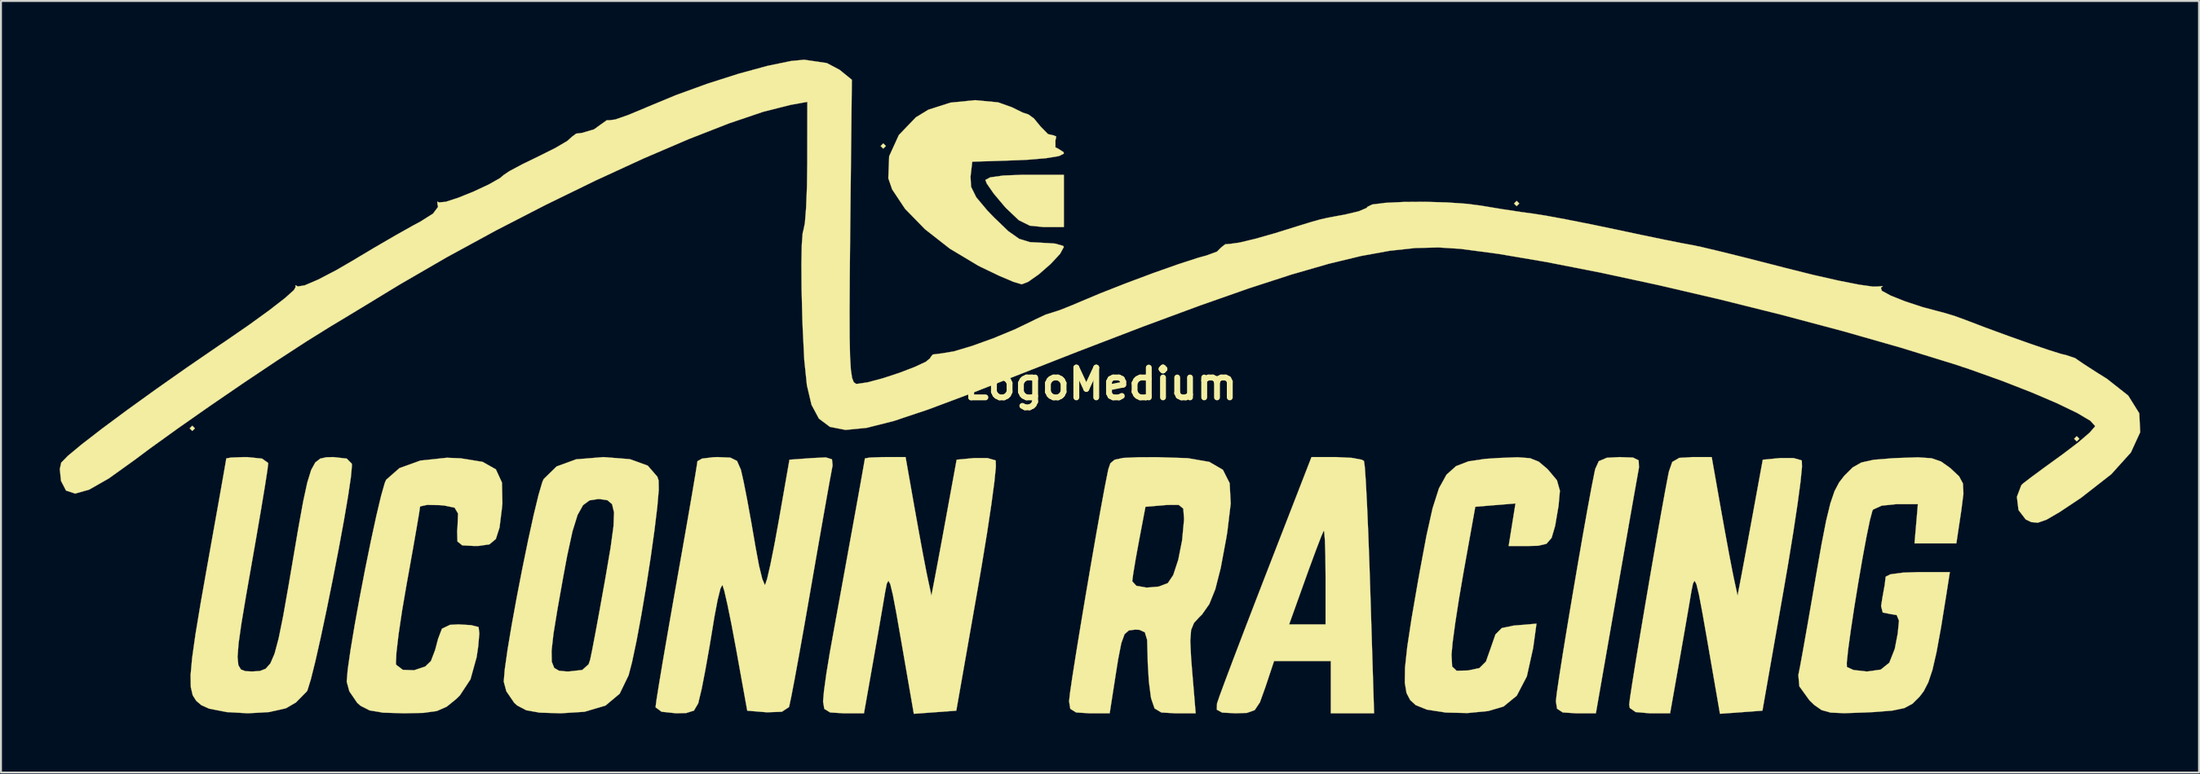
<source format=kicad_pcb>
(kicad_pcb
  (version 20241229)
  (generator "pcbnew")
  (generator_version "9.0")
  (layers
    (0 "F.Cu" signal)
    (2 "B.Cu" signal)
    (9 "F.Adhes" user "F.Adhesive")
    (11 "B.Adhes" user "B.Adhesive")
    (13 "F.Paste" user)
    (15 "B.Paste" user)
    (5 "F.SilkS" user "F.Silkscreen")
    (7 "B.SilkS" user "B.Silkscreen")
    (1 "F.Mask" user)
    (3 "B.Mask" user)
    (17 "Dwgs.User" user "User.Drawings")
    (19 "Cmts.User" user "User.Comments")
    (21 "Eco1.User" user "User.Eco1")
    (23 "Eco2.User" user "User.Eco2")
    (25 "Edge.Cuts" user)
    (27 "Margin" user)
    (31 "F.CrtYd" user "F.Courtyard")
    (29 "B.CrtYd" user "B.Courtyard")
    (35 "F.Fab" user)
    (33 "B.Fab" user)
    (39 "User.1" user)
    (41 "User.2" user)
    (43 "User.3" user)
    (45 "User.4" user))
  (footprint "LogoMedium"
    (layer "F.Cu")
    (at 53.16 16.582)
    (property "Reference" "LogoMedium" (at 0 0 0) (layer "F.SilkS") (effects (font (size 1.524 1.524) (thickness 0.3))))
    (attr through_hole)
    (fp_poly (pts (xy -46.255 2.273) (xy -46.388 2.406) (xy -46.522 2.273) (xy -46.388 2.139) (xy -46.255 2.273)) (stroke (width 0.01) (type solid)) (fill yes) (layer "F.SilkS"))
    (fp_poly (pts (xy -10.962 -12.165) (xy -11.096 -12.032) (xy -11.229 -12.165) (xy -11.096 -12.299) (xy -10.962 -12.165)) (stroke (width 0.01) (type solid)) (fill yes) (layer "F.SilkS"))
    (fp_poly (pts (xy 21.389 -9.224) (xy 21.256 -9.091) (xy 21.122 -9.224) (xy 21.256 -9.358) (xy 21.389 -9.224)) (stroke (width 0.01) (type solid)) (fill yes) (layer "F.SilkS"))
    (fp_poly (pts (xy 49.998 2.807) (xy 49.864 2.941) (xy 49.731 2.807) (xy 49.864 2.674) (xy 49.998 2.807)) (stroke (width 0.01) (type solid)) (fill yes) (layer "F.SilkS"))
    (fp_poly (pts (xy -1.872 -8.021) (xy -2.91 -8.021) (xy -3.609 -8.091) (xy -4.175 -8.373) (xy -4.81 -8.976) (xy -4.915 -9.091) (xy -5.456 -9.736) (xy -5.807 -10.243) (xy -5.882 -10.428) (xy -5.634 -10.562) (xy -4.962 -10.656) (xy -3.978 -10.694) (xy -3.877 -10.695) (xy -1.872 -10.695) (xy -1.872 -8.021)) (stroke (width 0.01) (type solid)) (fill yes) (layer "F.SilkS"))
    (fp_poly (pts (xy 27.199 3.768) (xy 27.487 3.909) (xy 27.504 4.269) (xy 27.468 4.478) (xy 27.383 4.953) (xy 27.221 5.865) (xy 26.999 7.128) (xy 26.732 8.653) (xy 26.435 10.352) (xy 26.317 11.029) (xy 25.303 16.844) (xy 24.282 16.844) (xy 23.61 16.801) (xy 23.32 16.61) (xy 23.261 16.231) (xy 23.305 15.825) (xy 23.428 14.989) (xy 23.611 13.821) (xy 23.84 12.418) (xy 24.098 10.876) (xy 24.367 9.293) (xy 24.632 7.766) (xy 24.877 6.392) (xy 25.085 5.268) (xy 25.239 4.491) (xy 25.272 4.345) (xy 25.452 3.951) (xy 25.86 3.778) (xy 26.508 3.743) (xy 27.199 3.768)) (stroke (width 0.01) (type solid)) (fill yes) (layer "F.SilkS"))
    (fp_poly (pts (xy 12.831 3.782) (xy 13.351 3.879) (xy 13.459 3.944) (xy 13.501 4.257) (xy 13.554 5.028) (xy 13.614 6.181) (xy 13.677 7.638) (xy 13.739 9.324) (xy 13.777 10.494) (xy 13.974 16.844) (xy 11.764 16.844) (xy 11.764 14.171) (xy 8.866 14.171) (xy 8.422 15.507) (xy 8.142 16.285) (xy 7.877 16.682) (xy 7.479 16.825) (xy 6.899 16.844) (xy 6.214 16.809) (xy 5.94 16.66) (xy 5.951 16.344) (xy 6.081 15.962) (xy 6.378 15.157) (xy 6.812 14.005) (xy 7.355 12.58) (xy 7.463 12.299) (xy 9.635 12.299) (xy 11.497 12.299) (xy 11.497 9.848) (xy 11.487 8.794) (xy 11.462 7.992) (xy 11.426 7.555) (xy 11.403 7.509) (xy 11.277 7.793) (xy 11.019 8.464) (xy 10.672 9.404) (xy 10.472 9.959) (xy 9.635 12.299) (xy 7.463 12.299) (xy 7.978 10.959) (xy 8.429 9.793) (xy 10.777 3.743) (xy 12.057 3.743) (xy 12.831 3.782)) (stroke (width 0.01) (type solid)) (fill yes) (layer "F.SilkS"))
    (fp_poly (pts (xy -5.227 -14.397) (xy -4.52 -14.145) (xy -3.978 -13.877) (xy -3.681 -13.779) (xy -3.401 -13.576) (xy -3.062 -13.163) (xy -2.677 -12.772) (xy -2.391 -12.709) (xy -2.258 -12.65) (xy -2.304 -12.447) (xy -2.3 -12.095) (xy -2.168 -12.032) (xy -1.885 -11.852) (xy -1.872 -11.775) (xy -2.119 -11.652) (xy -2.78 -11.542) (xy -3.733 -11.462) (xy -4.211 -11.44) (xy -6.551 -11.363) (xy -6.639 -10.592) (xy -6.61 -10.078) (xy -6.347 -9.545) (xy -5.775 -8.861) (xy -5.446 -8.52) (xy -4.708 -7.81) (xy -4.15 -7.417) (xy -3.605 -7.25) (xy -3.018 -7.219) (xy -2.32 -7.174) (xy -1.914 -7.062) (xy -1.872 -7.004) (xy -2.066 -6.648) (xy -2.543 -6.136) (xy -3.141 -5.611) (xy -3.699 -5.218) (xy -4.023 -5.093) (xy -4.437 -5.216) (xy -5.174 -5.528) (xy -6.089 -5.968) (xy -6.249 -6.049) (xy -7.692 -6.913) (xy -8.965 -7.91) (xy -9.979 -8.95) (xy -10.641 -9.946) (xy -10.837 -10.514) (xy -10.794 -11.642) (xy -10.3 -12.726) (xy -9.431 -13.632) (xy -8.794 -14.021) (xy -7.668 -14.382) (xy -6.406 -14.509) (xy -5.227 -14.397)) (stroke (width 0.01) (type solid)) (fill yes) (layer "F.SilkS"))
    (fp_poly (pts (xy 31.679 6.35) (xy 31.901 7.587) (xy 32.112 8.73) (xy 32.281 9.606) (xy 32.339 9.893) (xy 32.54 10.828) (xy 32.744 9.759) (xy 32.886 9) (xy 33.088 7.911) (xy 33.313 6.689) (xy 33.387 6.283) (xy 33.827 3.877) (xy 34.727 3.791) (xy 35.393 3.791) (xy 35.805 3.908) (xy 35.821 3.924) (xy 35.831 4.239) (xy 35.755 5.004) (xy 35.603 6.144) (xy 35.386 7.584) (xy 35.115 9.248) (xy 34.912 10.427) (xy 33.81 16.711) (xy 31.641 16.87) (xy 31.003 13.181) (xy 30.751 11.743) (xy 30.569 10.779) (xy 30.438 10.238) (xy 30.341 10.066) (xy 30.261 10.212) (xy 30.179 10.621) (xy 30.167 10.695) (xy 30.028 11.514) (xy 29.83 12.658) (xy 29.61 13.921) (xy 29.531 14.371) (xy 29.094 16.844) (xy 28.049 16.844) (xy 27.336 16.784) (xy 27.035 16.573) (xy 27.004 16.404) (xy 27.048 16.042) (xy 27.17 15.248) (xy 27.352 14.116) (xy 27.58 12.74) (xy 27.837 11.215) (xy 28.107 9.636) (xy 28.374 8.096) (xy 28.622 6.69) (xy 28.835 5.513) (xy 28.997 4.658) (xy 29.034 4.478) (xy 29.204 3.991) (xy 29.559 3.784) (xy 30.202 3.743) (xy 31.219 3.743) (xy 31.679 6.35)) (stroke (width 0.01) (type solid)) (fill yes) (layer "F.SilkS"))
    (fp_poly (pts (xy 21.943 3.8) (xy 22.383 3.977) (xy 22.793 4.321) (xy 22.865 4.392) (xy 23.314 4.928) (xy 23.465 5.46) (xy 23.397 6.226) (xy 23.222 7.26) (xy 23.042 7.873) (xy 22.779 8.177) (xy 22.352 8.278) (xy 21.903 8.288) (xy 20.848 8.288) (xy 21.196 6.113) (xy 20.17 6.198) (xy 19.144 6.283) (xy 18.544 9.625) (xy 18.311 10.986) (xy 18.118 12.234) (xy 17.984 13.233) (xy 17.929 13.846) (xy 17.929 13.853) (xy 17.961 14.453) (xy 18.191 14.669) (xy 18.776 14.655) (xy 19.354 14.531) (xy 19.688 14.197) (xy 19.934 13.502) (xy 20.173 12.813) (xy 20.497 12.486) (xy 21.093 12.362) (xy 21.25 12.347) (xy 22.269 12.262) (xy 22.098 13.511) (xy 21.777 14.957) (xy 21.262 15.945) (xy 20.587 16.498) (xy 19.799 16.73) (xy 18.75 16.832) (xy 17.64 16.807) (xy 16.673 16.658) (xy 16.102 16.428) (xy 15.818 16.168) (xy 15.631 15.808) (xy 15.543 15.28) (xy 15.554 14.514) (xy 15.669 13.444) (xy 15.888 12.002) (xy 16.213 10.118) (xy 16.298 9.643) (xy 16.648 7.769) (xy 16.963 6.356) (xy 17.289 5.336) (xy 17.673 4.642) (xy 18.16 4.205) (xy 18.798 3.959) (xy 19.632 3.836) (xy 20.3 3.79) (xy 21.304 3.751) (xy 21.943 3.8)) (stroke (width 0.01) (type solid)) (fill yes) (layer "F.SilkS"))
    (fp_poly (pts (xy -9.496 6.35) (xy -9.274 7.587) (xy -9.063 8.73) (xy -8.894 9.606) (xy -8.835 9.893) (xy -8.635 10.828) (xy -8.431 9.759) (xy -8.288 9) (xy -8.086 7.911) (xy -7.862 6.689) (xy -7.788 6.283) (xy -7.348 3.877) (xy -6.447 3.791) (xy -5.781 3.791) (xy -5.37 3.908) (xy -5.353 3.924) (xy -5.344 4.239) (xy -5.42 5.004) (xy -5.572 6.144) (xy -5.788 7.584) (xy -6.06 9.248) (xy -6.262 10.427) (xy -7.365 16.711) (xy -8.449 16.791) (xy -9.534 16.87) (xy -10.172 13.181) (xy -10.423 11.743) (xy -10.606 10.779) (xy -10.737 10.238) (xy -10.833 10.066) (xy -10.914 10.212) (xy -10.996 10.621) (xy -11.008 10.695) (xy -11.147 11.514) (xy -11.344 12.658) (xy -11.565 13.921) (xy -11.644 14.371) (xy -12.081 16.844) (xy -13.126 16.844) (xy -13.808 16.802) (xy -14.107 16.619) (xy -14.17 16.243) (xy -14.123 15.7) (xy -14 14.806) (xy -13.824 13.735) (xy -13.782 13.502) (xy -13.584 12.407) (xy -13.322 10.966) (xy -13.03 9.359) (xy -12.741 7.765) (xy -12.714 7.62) (xy -12.471 6.278) (xy -12.266 5.14) (xy -12.117 4.3) (xy -12.039 3.855) (xy -12.033 3.81) (xy -11.795 3.768) (xy -11.204 3.745) (xy -10.994 3.743) (xy -9.956 3.743) (xy -9.496 6.35)) (stroke (width 0.01) (type solid)) (fill yes) (layer "F.SilkS"))
    (fp_poly (pts (xy -24.034 3.85) (xy -23.124 4.18) (xy -22.634 4.748) (xy -22.57 4.941) (xy -22.562 5.409) (xy -22.638 6.293) (xy -22.782 7.484) (xy -22.976 8.873) (xy -23.205 10.351) (xy -23.451 11.809) (xy -23.697 13.137) (xy -23.927 14.227) (xy -24.103 14.902) (xy -24.558 15.842) (xy -25.283 16.449) (xy -26.358 16.768) (xy -27.575 16.844) (xy -28.643 16.811) (xy -29.332 16.69) (xy -29.794 16.445) (xy -29.945 16.309) (xy -30.346 15.721) (xy -30.48 15.225) (xy -30.428 14.598) (xy -30.293 13.65) (xy -28.038 13.65) (xy -28.027 14.211) (xy -27.901 14.527) (xy -27.658 14.668) (xy -27.292 14.704) (xy -27.143 14.705) (xy -26.469 14.629) (xy -26.145 14.338) (xy -26.066 14.104) (xy -25.967 13.625) (xy -25.797 12.736) (xy -25.58 11.557) (xy -25.337 10.203) (xy -25.282 9.894) (xy -25.021 8.363) (xy -24.874 7.279) (xy -24.847 6.567) (xy -24.948 6.149) (xy -25.184 5.95) (xy -25.563 5.892) (xy -25.667 5.89) (xy -26.094 5.955) (xy -26.43 6.201) (xy -26.71 6.704) (xy -26.969 7.538) (xy -27.239 8.78) (xy -27.429 9.797) (xy -27.735 11.513) (xy -27.94 12.775) (xy -28.038 13.65) (xy -30.293 13.65) (xy -30.286 13.597) (xy -30.074 12.329) (xy -29.813 10.898) (xy -29.525 9.412) (xy -29.23 7.975) (xy -28.949 6.694) (xy -28.702 5.675) (xy -28.511 5.024) (xy -28.442 4.868) (xy -27.784 4.223) (xy -26.786 3.857) (xy -25.4 3.743) (xy -24.034 3.85)) (stroke (width 0.01) (type solid)) (fill yes) (layer "F.SilkS"))
    (fp_poly (pts (xy -38.499 3.82) (xy -38.243 4.078) (xy -38.234 4.173) (xy -38.286 4.753) (xy -38.429 5.723) (xy -38.644 6.983) (xy -38.911 8.436) (xy -39.211 9.982) (xy -39.522 11.522) (xy -39.827 12.959) (xy -40.105 14.192) (xy -40.337 15.124) (xy -40.502 15.656) (xy -40.534 15.72) (xy -41.097 16.292) (xy -41.607 16.589) (xy -42.468 16.782) (xy -43.543 16.844) (xy -44.631 16.784) (xy -45.531 16.607) (xy -45.928 16.428) (xy -46.187 16.208) (xy -46.367 15.923) (xy -46.464 15.507) (xy -46.475 14.894) (xy -46.397 14.021) (xy -46.228 12.82) (xy -45.964 11.227) (xy -45.602 9.177) (xy -45.586 9.091) (xy -45.301 7.493) (xy -45.05 6.087) (xy -44.849 4.953) (xy -44.712 4.17) (xy -44.653 3.821) (xy -44.651 3.81) (xy -44.413 3.768) (xy -43.82 3.745) (xy -43.581 3.743) (xy -42.825 3.821) (xy -42.516 4.041) (xy -42.512 4.077) (xy -42.556 4.44) (xy -42.68 5.236) (xy -42.868 6.372) (xy -43.104 7.754) (xy -43.314 8.957) (xy -43.643 10.835) (xy -43.88 12.252) (xy -44.025 13.273) (xy -44.077 13.962) (xy -44.036 14.385) (xy -43.903 14.606) (xy -43.676 14.691) (xy -43.357 14.705) (xy -43.308 14.705) (xy -42.937 14.682) (xy -42.642 14.568) (xy -42.401 14.296) (xy -42.187 13.799) (xy -41.977 13.012) (xy -41.745 11.866) (xy -41.468 10.296) (xy -41.286 9.224) (xy -40.975 7.395) (xy -40.727 6.025) (xy -40.516 5.05) (xy -40.317 4.402) (xy -40.104 4.014) (xy -39.85 3.819) (xy -39.531 3.751) (xy -39.176 3.743) (xy -38.499 3.82)) (stroke (width 0.01) (type solid)) (fill yes) (layer "F.SilkS"))
    (fp_poly (pts (xy -18.907 3.77) (xy -18.564 3.94) (xy -18.366 4.393) (xy -18.226 5.013) (xy -18.046 5.929) (xy -17.83 7.118) (xy -17.622 8.327) (xy -17.618 8.349) (xy -17.442 9.295) (xy -17.276 9.973) (xy -17.151 10.269) (xy -17.127 10.268) (xy -17.025 9.961) (xy -16.859 9.236) (xy -16.652 8.202) (xy -16.433 6.999) (xy -15.887 3.877) (xy -14.737 3.793) (xy -14.024 3.76) (xy -13.715 3.857) (xy -13.684 4.169) (xy -13.738 4.462) (xy -13.829 4.948) (xy -13.994 5.869) (xy -14.217 7.132) (xy -14.482 8.646) (xy -14.773 10.319) (xy -14.838 10.695) (xy -15.128 12.358) (xy -15.395 13.852) (xy -15.622 15.093) (xy -15.795 15.997) (xy -15.898 16.48) (xy -15.911 16.526) (xy -16.274 16.767) (xy -17.041 16.794) (xy -18.043 16.711) (xy -18.611 13.56) (xy -18.842 12.326) (xy -19.051 11.296) (xy -19.215 10.578) (xy -19.311 10.278) (xy -19.41 10.457) (xy -19.557 11.05) (xy -19.725 11.94) (xy -19.771 12.225) (xy -19.971 13.435) (xy -20.183 14.629) (xy -20.362 15.554) (xy -20.366 15.574) (xy -20.547 16.335) (xy -20.766 16.708) (xy -21.165 16.832) (xy -21.679 16.844) (xy -22.421 16.765) (xy -22.721 16.542) (xy -22.724 16.51) (xy -22.678 16.16) (xy -22.551 15.363) (xy -22.357 14.199) (xy -22.107 12.746) (xy -21.817 11.084) (xy -21.655 10.169) (xy -21.349 8.439) (xy -21.077 6.886) (xy -20.853 5.586) (xy -20.69 4.618) (xy -20.6 4.057) (xy -20.587 3.953) (xy -20.35 3.82) (xy -19.76 3.748) (xy -19.54 3.743) (xy -18.907 3.77)) (stroke (width 0.01) (type solid)) (fill yes) (layer "F.SilkS"))
    (fp_poly (pts (xy -32.683 3.805) (xy -31.56 3.987) (xy -30.882 4.37) (xy -30.571 5.047) (xy -30.55 6.11) (xy -30.571 6.343) (xy -30.696 7.348) (xy -30.883 7.931) (xy -31.212 8.206) (xy -31.767 8.286) (xy -31.987 8.288) (xy -32.598 8.257) (xy -32.845 8.058) (xy -32.86 7.534) (xy -32.84 7.286) (xy -32.815 6.628) (xy -32.991 6.33) (xy -33.513 6.221) (xy -33.755 6.2) (xy -34.398 6.188) (xy -34.741 6.263) (xy -34.758 6.294) (xy -34.803 6.607) (xy -34.928 7.347) (xy -35.114 8.415) (xy -35.345 9.712) (xy -35.439 10.229) (xy -35.674 11.605) (xy -35.853 12.81) (xy -35.962 13.738) (xy -35.988 14.284) (xy -35.975 14.364) (xy -35.634 14.622) (xy -35.061 14.643) (xy -34.492 14.454) (xy -34.199 14.171) (xy -33.985 13.609) (xy -33.833 13.034) (xy -33.637 12.519) (xy -33.225 12.322) (xy -32.792 12.299) (xy -32.146 12.337) (xy -31.776 12.431) (xy -31.765 12.439) (xy -31.728 12.76) (xy -31.785 13.432) (xy -31.866 13.977) (xy -32.18 15.109) (xy -32.721 15.93) (xy -32.902 16.109) (xy -33.39 16.505) (xy -33.892 16.727) (xy -34.584 16.824) (xy -35.564 16.844) (xy -36.639 16.813) (xy -37.333 16.696) (xy -37.795 16.461) (xy -37.966 16.309) (xy -38.367 15.721) (xy -38.501 15.225) (xy -38.45 14.613) (xy -38.309 13.626) (xy -38.1 12.368) (xy -37.842 10.946) (xy -37.558 9.466) (xy -37.266 8.032) (xy -36.989 6.752) (xy -36.746 5.729) (xy -36.559 5.071) (xy -36.487 4.903) (xy -35.807 4.306) (xy -34.736 3.92) (xy -33.387 3.777) (xy -32.683 3.805)) (stroke (width 0.01) (type solid)) (fill yes) (layer "F.SilkS"))
    (fp_poly (pts (xy 4.453 3.797) (xy 5.558 3.989) (xy 6.252 4.392) (xy 6.597 5.077) (xy 6.651 6.114) (xy 6.477 7.572) (xy 6.425 7.887) (xy 6.141 9.412) (xy 5.863 10.504) (xy 5.557 11.263) (xy 5.188 11.789) (xy 5.044 11.931) (xy 4.775 12.224) (xy 4.628 12.584) (xy 4.585 13.143) (xy 4.629 14.035) (xy 4.677 14.637) (xy 4.861 16.844) (xy 3.801 16.844) (xy 3.105 16.803) (xy 2.763 16.597) (xy 2.593 16.104) (xy 2.573 16.009) (xy 2.471 15.217) (xy 2.412 14.226) (xy 2.406 13.87) (xy 2.382 13.088) (xy 2.264 12.702) (xy 1.986 12.576) (xy 1.771 12.566) (xy 1.449 12.607) (xy 1.229 12.801) (xy 1.064 13.253) (xy 0.903 14.072) (xy 0.802 14.705) (xy 0.469 16.844) (xy -0.567 16.844) (xy -1.246 16.802) (xy -1.542 16.617) (xy -1.604 16.231) (xy -1.56 15.825) (xy -1.438 14.989) (xy -1.254 13.821) (xy -1.025 12.418) (xy -0.768 10.876) (xy -0.634 10.093) (xy 1.621 10.093) (xy 1.831 10.324) (xy 2.352 10.418) (xy 2.976 10.364) (xy 3.439 10.188) (xy 3.715 9.776) (xy 3.972 8.994) (xy 4.168 8.006) (xy 4.264 6.977) (xy 4.266 6.869) (xy 4.229 6.379) (xy 3.994 6.188) (xy 3.404 6.191) (xy 3.287 6.2) (xy 2.297 6.283) (xy 1.967 8.021) (xy 1.795 8.964) (xy 1.67 9.717) (xy 1.621 10.093) (xy -0.634 10.093) (xy -0.498 9.293) (xy -0.233 7.766) (xy 0.012 6.392) (xy 0.22 5.268) (xy 0.374 4.491) (xy 0.406 4.345) (xy 0.507 4.056) (xy 0.721 3.878) (xy 1.159 3.785) (xy 1.93 3.751) (xy 2.879 3.747) (xy 4.453 3.797)) (stroke (width 0.01) (type solid)) (fill yes) (layer "F.SilkS"))
    (fp_poly (pts (xy 42.446 3.802) (xy 42.928 3.965) (xy 43.366 4.275) (xy 43.439 4.336) (xy 43.853 4.726) (xy 44.051 5.092) (xy 44.076 5.614) (xy 43.968 6.47) (xy 43.953 6.569) (xy 43.715 8.155) (xy 41.578 8.155) (xy 41.664 7.152) (xy 41.75 6.149) (xy 40.652 6.149) (xy 39.903 6.226) (xy 39.467 6.423) (xy 39.428 6.484) (xy 39.299 6.969) (xy 39.123 7.823) (xy 38.918 8.929) (xy 38.704 10.174) (xy 38.497 11.444) (xy 38.319 12.624) (xy 38.186 13.599) (xy 38.118 14.256) (xy 38.123 14.476) (xy 38.462 14.631) (xy 39.099 14.704) (xy 39.176 14.705) (xy 39.852 14.611) (xy 40.29 14.259) (xy 40.57 13.548) (xy 40.72 12.767) (xy 40.785 12.11) (xy 40.668 11.825) (xy 40.322 11.764) (xy 39.954 11.69) (xy 39.871 11.364) (xy 39.938 10.929) (xy 40.056 10.273) (xy 40.105 9.861) (xy 40.105 9.859) (xy 40.348 9.737) (xy 40.982 9.652) (xy 41.744 9.625) (xy 43.382 9.625) (xy 43.205 10.762) (xy 42.931 12.464) (xy 42.701 13.724) (xy 42.493 14.627) (xy 42.282 15.262) (xy 42.048 15.715) (xy 41.838 15.993) (xy 41.475 16.355) (xy 41.057 16.579) (xy 40.438 16.708) (xy 39.473 16.783) (xy 39.077 16.802) (xy 37.992 16.839) (xy 37.292 16.809) (xy 36.83 16.679) (xy 36.457 16.419) (xy 36.218 16.19) (xy 35.696 15.467) (xy 35.644 14.892) (xy 35.734 14.438) (xy 35.894 13.559) (xy 36.106 12.358) (xy 36.353 10.937) (xy 36.531 9.898) (xy 36.825 8.223) (xy 37.066 6.988) (xy 37.281 6.105) (xy 37.493 5.484) (xy 37.728 5.037) (xy 37.998 4.69) (xy 38.42 4.271) (xy 38.864 4.019) (xy 39.491 3.88) (xy 40.459 3.802) (xy 40.7 3.79) (xy 41.758 3.755) (xy 42.446 3.802)) (stroke (width 0.01) (type solid)) (fill yes) (layer "F.SilkS"))
    (fp_poly (pts (xy -13.979 -16.407) (xy -13.331 -16.065) (xy -12.7 -15.553) (xy -12.785 -7.777) (xy -12.807 -5.522) (xy -12.817 -3.746) (xy -12.813 -2.392) (xy -12.792 -1.405) (xy -12.751 -0.729) (xy -12.689 -0.308) (xy -12.602 -0.085) (xy -12.488 -0.005) (xy -12.44 0) (xy -11.896 -0.08) (xy -11.128 -0.285) (xy -10.28 -0.563) (xy -9.494 -0.864) (xy -8.916 -1.135) (xy -8.688 -1.325) (xy -8.693 -1.343) (xy -8.57 -1.502) (xy -8.093 -1.562) (xy -7.483 -1.665) (xy -6.55 -1.944) (xy -5.453 -2.341) (xy -4.35 -2.799) (xy -3.399 -3.259) (xy -3.342 -3.29) (xy -2.786 -3.549) (xy -2.507 -3.635) (xy -2.088 -3.769) (xy -1.408 -4.04) (xy -1.17 -4.143) (xy -0.02 -4.627) (xy 1.319 -5.153) (xy 2.697 -5.669) (xy 3.967 -6.118) (xy 4.982 -6.448) (xy 5.414 -6.567) (xy 5.946 -6.762) (xy 6.149 -6.964) (xy 6.369 -7.14) (xy 6.617 -7.16) (xy 7.087 -7.225) (xy 7.902 -7.419) (xy 8.903 -7.704) (xy 9.091 -7.762) (xy 10.113 -8.081) (xy 10.774 -8.284) (xy 11.222 -8.41) (xy 11.606 -8.497) (xy 12.078 -8.585) (xy 12.499 -8.662) (xy 13.191 -8.827) (xy 13.594 -8.998) (xy 13.636 -9.056) (xy 13.882 -9.175) (xy 14.536 -9.258) (xy 15.474 -9.304) (xy 16.571 -9.312) (xy 17.701 -9.28) (xy 18.74 -9.207) (xy 19.427 -9.117) (xy 20.507 -8.938) (xy 21.562 -8.779) (xy 22.058 -8.713) (xy 22.744 -8.605) (xy 23.803 -8.409) (xy 25.086 -8.155) (xy 26.336 -7.894) (xy 27.642 -7.616) (xy 28.811 -7.374) (xy 29.713 -7.194) (xy 30.213 -7.102) (xy 30.696 -7.001) (xy 31.59 -6.789) (xy 32.787 -6.493) (xy 34.179 -6.138) (xy 34.968 -5.934) (xy 36.411 -5.573) (xy 37.71 -5.279) (xy 38.758 -5.073) (xy 39.453 -4.976) (xy 39.647 -4.977) (xy 39.961 -5) (xy 39.86 -4.912) (xy 39.909 -4.762) (xy 40.359 -4.517) (xy 41.096 -4.222) (xy 42.006 -3.923) (xy 42.973 -3.665) (xy 43.046 -3.648) (xy 43.598 -3.483) (xy 44.116 -3.295) (xy 45.198 -2.882) (xy 46.356 -2.456) (xy 47.469 -2.061) (xy 48.418 -1.737) (xy 49.083 -1.528) (xy 49.329 -1.471) (xy 49.776 -1.321) (xy 49.864 -1.261) (xy 50.229 -1.01) (xy 50.882 -0.589) (xy 51.406 -0.261) (xy 52.491 0.595) (xy 53.058 1.504) (xy 53.104 2.472) (xy 52.629 3.507) (xy 51.63 4.617) (xy 50.106 5.808) (xy 49.967 5.903) (xy 48.984 6.557) (xy 48.325 6.941) (xy 47.881 7.098) (xy 47.541 7.068) (xy 47.257 6.931) (xy 46.889 6.45) (xy 46.807 5.776) (xy 47.032 5.183) (xy 47.124 5.09) (xy 47.494 4.806) (xy 48.164 4.31) (xy 49 3.703) (xy 49.129 3.61) (xy 49.924 3.007) (xy 50.514 2.5) (xy 50.791 2.184) (xy 50.8 2.152) (xy 50.559 1.885) (xy 49.887 1.487) (xy 48.864 0.993) (xy 47.567 0.437) (xy 46.074 -0.147) (xy 44.465 -0.723) (xy 43.581 -1.018) (xy 40.87 -1.856) (xy 37.913 -2.701) (xy 34.805 -3.529) (xy 31.641 -4.319) (xy 28.515 -5.048) (xy 25.523 -5.694) (xy 22.758 -6.236) (xy 20.316 -6.651) (xy 18.386 -6.907) (xy 17.267 -6.978) (xy 16.077 -6.949) (xy 14.774 -6.808) (xy 13.314 -6.543) (xy 11.654 -6.142) (xy 9.754 -5.593) (xy 7.569 -4.883) (xy 5.057 -4) (xy 2.176 -2.933) (xy -1.117 -1.669) (xy -4.031 -0.526) (xy -6.644 0.499) (xy -8.805 1.31) (xy -10.559 1.897) (xy -11.95 2.248) (xy -13.021 2.353) (xy -13.818 2.198) (xy -14.383 1.774) (xy -14.76 1.069) (xy -14.995 0.072) (xy -15.13 -1.229) (xy -15.21 -2.845) (xy -15.23 -3.409) (xy -15.267 -4.856) (xy -15.276 -6.123) (xy -15.257 -7.109) (xy -15.212 -7.715) (xy -15.177 -7.847) (xy -15.099 -8.224) (xy -15.036 -9.016) (xy -14.992 -10.106) (xy -14.977 -11.29) (xy -14.973 -14.425) (xy -15.842 -14.266) (xy -17.217 -13.919) (xy -18.973 -13.324) (xy -21.037 -12.517) (xy -23.334 -11.531) (xy -25.79 -10.4) (xy -28.333 -9.158) (xy -30.888 -7.841) (xy -33.382 -6.481) (xy -35.74 -5.114) (xy -36.362 -4.737) (xy -37.43 -4.085) (xy -38.521 -3.424) (xy -39.349 -2.925) (xy -40.555 -2.174) (xy -42.063 -1.192) (xy -43.746 -0.065) (xy -45.475 1.119) (xy -47.123 2.274) (xy -48.563 3.312) (xy -49.322 3.879) (xy -50.651 4.833) (xy -51.654 5.406) (xy -52.371 5.609) (xy -52.838 5.454) (xy -53.093 4.962) (xy -53.155 4.354) (xy -53.082 4.026) (xy -52.744 3.68) (xy -52.027 3.085) (xy -50.994 2.286) (xy -49.709 1.332) (xy -48.237 0.27) (xy -46.642 -0.852) (xy -44.988 -1.987) (xy -44.723 -2.165) (xy -43.492 -3.015) (xy -42.449 -3.771) (xy -41.663 -4.381) (xy -41.201 -4.794) (xy -41.112 -4.949) (xy -41.12 -5.045) (xy -40.992 -4.984) (xy -40.646 -5.04) (xy -39.958 -5.335) (xy -39.037 -5.815) (xy -38.248 -6.274) (xy -37.107 -6.956) (xy -36.012 -7.593) (xy -35.119 -8.096) (xy -34.746 -8.295) (xy -34.094 -8.706) (xy -33.835 -9.051) (xy -33.854 -9.142) (xy -33.879 -9.321) (xy -33.78 -9.281) (xy -33.44 -9.313) (xy -32.793 -9.524) (xy -32.005 -9.843) (xy -31.243 -10.2) (xy -30.672 -10.524) (xy -30.48 -10.686) (xy -30.186 -10.883) (xy -29.543 -11.227) (xy -28.689 -11.643) (xy -28.675 -11.65) (xy -27.843 -12.066) (xy -27.244 -12.417) (xy -27.005 -12.629) (xy -27.004 -12.633) (xy -26.781 -12.798) (xy -26.489 -12.834) (xy -25.87 -13.016) (xy -25.585 -13.222) (xy -25.219 -13.483) (xy -25.069 -13.483) (xy -24.782 -13.522) (xy -24.143 -13.744) (xy -23.283 -14.101) (xy -23.177 -14.148) (xy -21.685 -14.768) (xy -20.078 -15.352) (xy -18.48 -15.862) (xy -17.019 -16.261) (xy -15.819 -16.51) (xy -15.133 -16.577) (xy -13.979 -16.407)) (stroke (width 0.01) (type solid)) (fill yes) (layer "F.SilkS")))
  (gr_rect
    (start -3 -3)
    (end 109.27 36.457)
    (stroke (width 0.1) (type default))
    (fill no)
    (layer "Edge.Cuts")))
</source>
